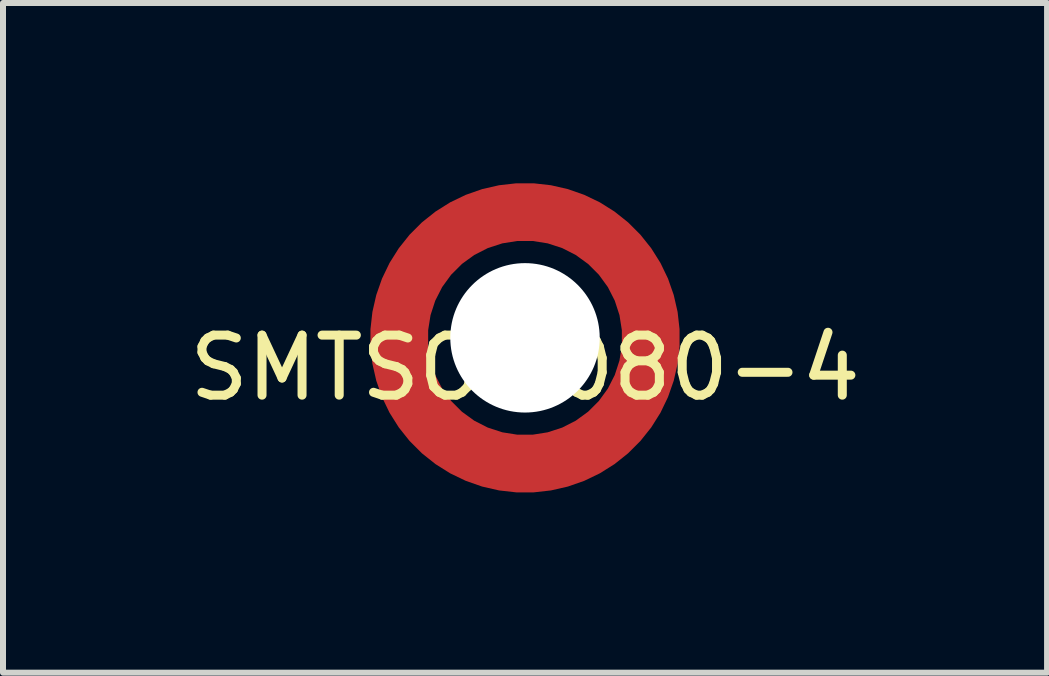
<source format=kicad_pcb>
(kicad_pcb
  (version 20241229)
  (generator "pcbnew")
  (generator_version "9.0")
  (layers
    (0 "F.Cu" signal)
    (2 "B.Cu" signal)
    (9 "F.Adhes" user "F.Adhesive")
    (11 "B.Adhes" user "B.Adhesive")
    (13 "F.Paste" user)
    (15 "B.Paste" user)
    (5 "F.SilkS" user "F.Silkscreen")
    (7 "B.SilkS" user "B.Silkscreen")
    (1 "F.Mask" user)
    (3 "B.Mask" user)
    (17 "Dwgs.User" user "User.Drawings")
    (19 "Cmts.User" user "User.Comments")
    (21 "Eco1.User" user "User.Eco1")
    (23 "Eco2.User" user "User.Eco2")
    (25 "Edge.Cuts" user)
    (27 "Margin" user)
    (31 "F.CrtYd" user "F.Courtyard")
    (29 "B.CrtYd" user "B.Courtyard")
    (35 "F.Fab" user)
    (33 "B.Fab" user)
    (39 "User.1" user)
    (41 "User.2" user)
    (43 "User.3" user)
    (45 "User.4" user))
  (footprint "SMTSO-080-4"
    (layer "F.Cu")
    (at 5.696 2.578)
    (property "Reference" "SMTSO-080-4" (at 0 0.5 0) (layer "F.SilkS") (effects (font (size 1 1) (thickness 0.15))))
    (attr through_hole)
    (fp_circle (center 0 0) (end 0.000025 0) (stroke (width 3.81) (type solid)) (fill no) (layer "F.Mask"))
    (pad "" np_thru_hole circle (at 0 0 90) (size 2.489 2.489) (drill 2.489) (layers "*.Cu" "*.Mask"))
    (pad "1" smd custom (at 0 2.095 90) (size 0.025 0.025) (layers "F.Cu" "F.Mask" "F.Paste") (options (anchor circle)) (primitives (gr_circle (center 2.095 0) (end 4.191 0) (width 0.965) (fill no)))))
  (gr_rect
    (start -3 -3)
    (end 14.393 8.156)
    (stroke (width 0.1) (type default))
    (fill no)
    (layer "Edge.Cuts")))
</source>
